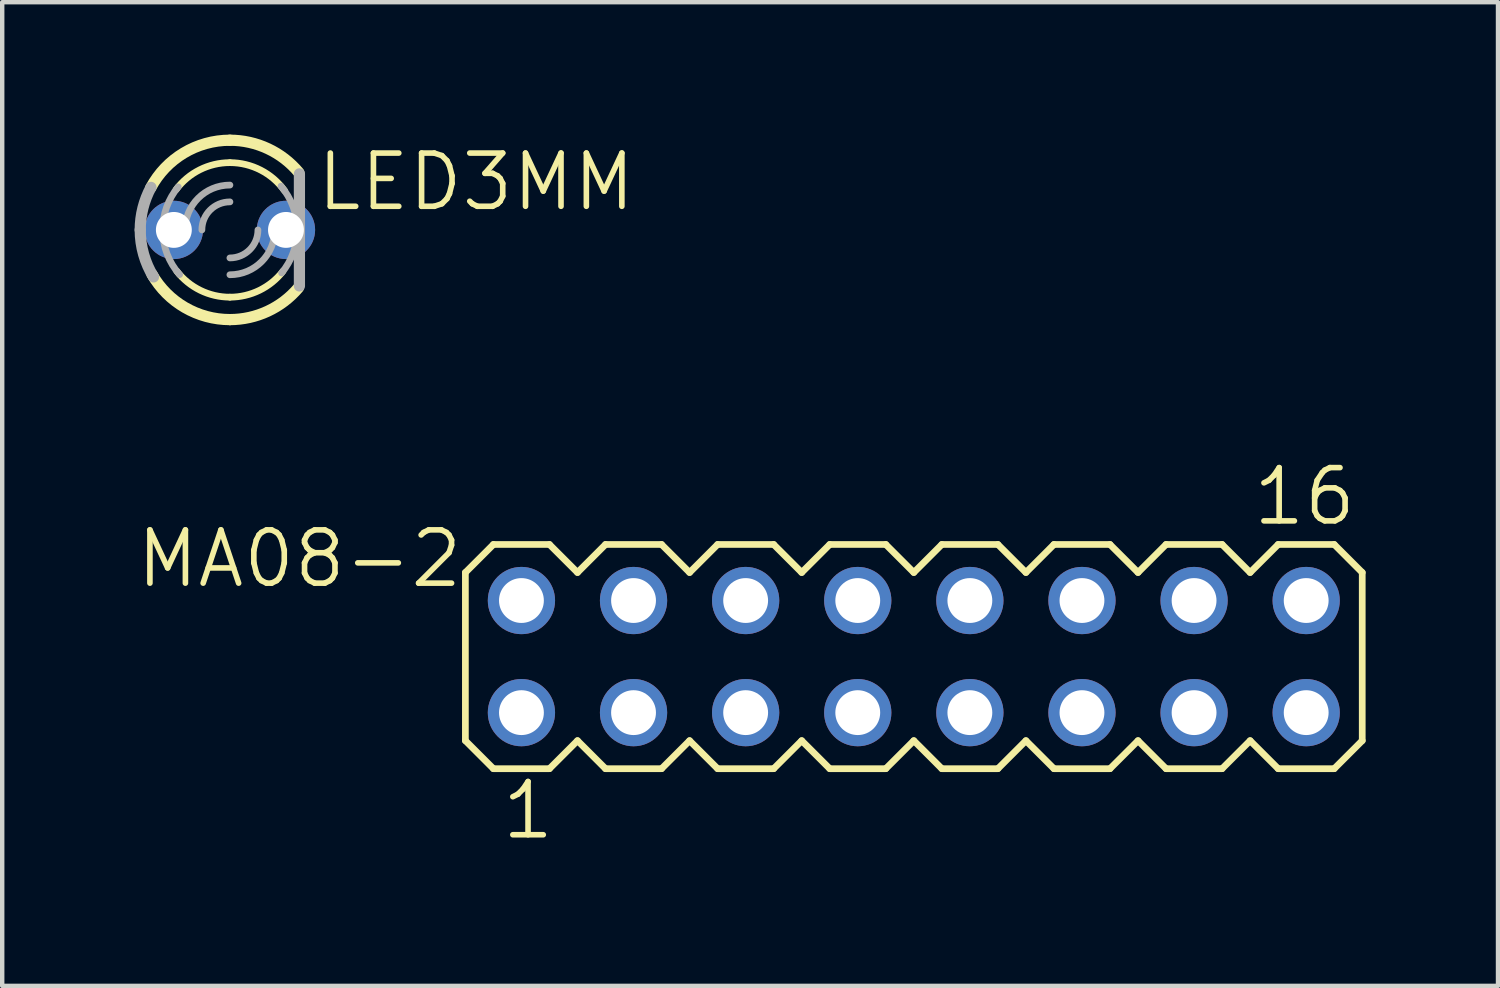
<source format=kicad_pcb>
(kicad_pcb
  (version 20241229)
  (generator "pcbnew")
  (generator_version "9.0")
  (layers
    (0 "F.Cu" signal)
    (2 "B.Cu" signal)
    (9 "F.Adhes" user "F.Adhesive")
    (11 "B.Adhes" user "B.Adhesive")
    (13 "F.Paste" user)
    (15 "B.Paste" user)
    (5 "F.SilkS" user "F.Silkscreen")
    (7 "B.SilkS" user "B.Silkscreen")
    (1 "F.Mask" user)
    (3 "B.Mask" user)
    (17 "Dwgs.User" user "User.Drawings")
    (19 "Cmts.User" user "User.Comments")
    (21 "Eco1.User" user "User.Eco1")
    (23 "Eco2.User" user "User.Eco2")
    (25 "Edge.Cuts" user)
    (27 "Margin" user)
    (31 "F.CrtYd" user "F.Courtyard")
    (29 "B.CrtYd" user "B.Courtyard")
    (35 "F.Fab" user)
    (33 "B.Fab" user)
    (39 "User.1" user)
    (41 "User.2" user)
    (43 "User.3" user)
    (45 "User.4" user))
  (footprint "LED3MM"
    (layer "F.Cu")
    (at 2.159 2.159)
    (property "Reference" "LED3MM" (at 1.905 -0.381 0) (layer "F.SilkS") (effects (font (size 1.206 1.206) (thickness 0.127)) (justify left bottom)))
    (attr through_hole)
    (fp_arc (start -1.7929 -0.9562) (mid -1.045438 -1.7424) (end 0 -2.032) (stroke (width 0.254) (type solid)) (layer "F.SilkS"))
    (fp_arc (start -1.2192 -0.9144) (mid -0.681554 -1.363107) (end 0 -1.524) (stroke (width 0.1524) (type solid)) (layer "F.SilkS"))
    (fp_arc (start 0 -2.032) (mid 0.861864 -1.840173) (end 1.561 -1.3009) (stroke (width 0.254) (type solid)) (layer "F.SilkS"))
    (fp_arc (start 0 -1.524) (mid 0.697339 -1.355082) (end 1.2401 -0.885801) (stroke (width 0.1524) (type solid)) (layer "F.SilkS"))
    (fp_arc (start 0 1.524) (mid -0.669593 1.369018) (end -1.203 0.9356) (stroke (width 0.1524) (type solid)) (layer "F.SilkS"))
    (fp_arc (start 0 2.032) (mid -1.019924 1.757525) (end -1.7643 1.0082) (stroke (width 0.254) (type solid)) (layer "F.SilkS"))
    (fp_arc (start 1.203 0.9356) (mid 0.669593 1.369018) (end 0 1.524) (stroke (width 0.1524) (type solid)) (layer "F.SilkS"))
    (fp_arc (start 1.5512 1.3126) (mid 0.854953 1.843405) (end 0 2.032) (stroke (width 0.254) (type solid)) (layer "F.SilkS"))
    (fp_line (start 1.575 1.27) (end 1.575 -1.27) (stroke (width 0.254) (type solid)) (layer "F.Fab"))
    (fp_arc (start -2.032 0) (mid -1.970339 -0.496775) (end -1.7891 -0.9634) (stroke (width 0.254) (type solid)) (layer "F.Fab"))
    (fp_arc (start -1.7306 1.065) (mid -1.95521 0.553417) (end -2.032 0) (stroke (width 0.254) (type solid)) (layer "F.Fab"))
    (fp_arc (start -1.524 0) (mid -1.432981 -0.518783) (end -1.1708 -0.9756) (stroke (width 0.1524) (type solid)) (layer "F.Fab"))
    (fp_arc (start -1.1391 1.0125) (mid -1.42454 0.5416) (end -1.524 0) (stroke (width 0.1524) (type solid)) (layer "F.Fab"))
    (fp_arc (start -1.016 0) (mid -0.71842 -0.71842) (end 0 -1.016) (stroke (width 0.1524) (type solid)) (layer "F.Fab"))
    (fp_arc (start -0.635 0) (mid -0.449013 -0.449013) (end 0 -0.635) (stroke (width 0.1524) (type solid)) (layer "F.Fab"))
    (fp_arc (start 0.635 0) (mid 0.449013 0.449013) (end 0 0.635) (stroke (width 0.1524) (type solid)) (layer "F.Fab"))
    (fp_arc (start 1.016 0) (mid 0.71842 0.71842) (end 0 1.016) (stroke (width 0.1524) (type solid)) (layer "F.Fab"))
    (fp_arc (start 1.1571 -0.9918) (mid 1.429332 -0.528744) (end 1.524 0) (stroke (width 0.1524) (type solid)) (layer "F.Fab"))
    (fp_arc (start 1.524 0) (mid 1.432981 0.518783) (end 1.1708 0.9756) (stroke (width 0.1524) (type solid)) (layer "F.Fab"))
    (pad "A" thru_hole circle (at -1.27 0) (size 1.321 1.321) (drill 0.813) (layers "*.Cu" "*.Mask"))
    (pad "K" thru_hole circle (at 1.27 0) (size 1.321 1.321) (drill 0.813) (layers "*.Cu" "*.Mask")))
  (footprint "MA08-2"
    (layer "F.Cu")
    (at 17.654 11.826)
    (property "Reference" "MA08-2" (at -10.16 -2.921 0) (layer "F.SilkS") (effects (font (size 1.206 1.206) (thickness 0.127)) (justify right top)))
    (attr through_hole)
    (fp_line (start -10.16 -1.905) (end -10.16 1.905) (stroke (width 0.152) (type solid)) (layer "F.SilkS"))
    (fp_line (start -10.16 1.905) (end -9.525 2.54) (stroke (width 0.152) (type solid)) (layer "F.SilkS"))
    (fp_line (start -9.525 -2.54) (end -10.16 -1.905) (stroke (width 0.152) (type solid)) (layer "F.SilkS"))
    (fp_line (start -9.525 -2.54) (end -8.255 -2.54) (stroke (width 0.152) (type solid)) (layer "F.SilkS"))
    (fp_line (start -8.255 -2.54) (end -7.62 -1.905) (stroke (width 0.152) (type solid)) (layer "F.SilkS"))
    (fp_line (start -8.255 2.54) (end -9.525 2.54) (stroke (width 0.152) (type solid)) (layer "F.SilkS"))
    (fp_line (start -7.62 -1.905) (end -6.985 -2.54) (stroke (width 0.152) (type solid)) (layer "F.SilkS"))
    (fp_line (start -7.62 1.905) (end -8.255 2.54) (stroke (width 0.152) (type solid)) (layer "F.SilkS"))
    (fp_line (start -6.985 -2.54) (end -5.715 -2.54) (stroke (width 0.152) (type solid)) (layer "F.SilkS"))
    (fp_line (start -6.985 2.54) (end -7.62 1.905) (stroke (width 0.152) (type solid)) (layer "F.SilkS"))
    (fp_line (start -5.715 -2.54) (end -5.08 -1.905) (stroke (width 0.152) (type solid)) (layer "F.SilkS"))
    (fp_line (start -5.715 2.54) (end -6.985 2.54) (stroke (width 0.152) (type solid)) (layer "F.SilkS"))
    (fp_line (start -5.08 -1.905) (end -4.445 -2.54) (stroke (width 0.152) (type solid)) (layer "F.SilkS"))
    (fp_line (start -5.08 1.905) (end -5.715 2.54) (stroke (width 0.152) (type solid)) (layer "F.SilkS"))
    (fp_line (start -4.445 -2.54) (end -3.175 -2.54) (stroke (width 0.152) (type solid)) (layer "F.SilkS"))
    (fp_line (start -4.445 2.54) (end -5.08 1.905) (stroke (width 0.152) (type solid)) (layer "F.SilkS"))
    (fp_line (start -3.175 -2.54) (end -2.54 -1.905) (stroke (width 0.152) (type solid)) (layer "F.SilkS"))
    (fp_line (start -3.175 2.54) (end -4.445 2.54) (stroke (width 0.152) (type solid)) (layer "F.SilkS"))
    (fp_line (start -2.54 1.905) (end -3.175 2.54) (stroke (width 0.152) (type solid)) (layer "F.SilkS"))
    (fp_line (start -2.54 1.905) (end -1.905 2.54) (stroke (width 0.152) (type solid)) (layer "F.SilkS"))
    (fp_line (start -1.905 -2.54) (end -2.54 -1.905) (stroke (width 0.152) (type solid)) (layer "F.SilkS"))
    (fp_line (start -1.905 -2.54) (end -0.635 -2.54) (stroke (width 0.152) (type solid)) (layer "F.SilkS"))
    (fp_line (start -0.635 -2.54) (end 0 -1.905) (stroke (width 0.152) (type solid)) (layer "F.SilkS"))
    (fp_line (start -0.635 2.54) (end -1.905 2.54) (stroke (width 0.152) (type solid)) (layer "F.SilkS"))
    (fp_line (start 0 -1.905) (end 0.635 -2.54) (stroke (width 0.152) (type solid)) (layer "F.SilkS"))
    (fp_line (start 0 1.905) (end -0.635 2.54) (stroke (width 0.152) (type solid)) (layer "F.SilkS"))
    (fp_line (start 0.635 -2.54) (end 1.905 -2.54) (stroke (width 0.152) (type solid)) (layer "F.SilkS"))
    (fp_line (start 0.635 2.54) (end 0 1.905) (stroke (width 0.152) (type solid)) (layer "F.SilkS"))
    (fp_line (start 1.905 -2.54) (end 2.54 -1.905) (stroke (width 0.152) (type solid)) (layer "F.SilkS"))
    (fp_line (start 1.905 2.54) (end 0.635 2.54) (stroke (width 0.152) (type solid)) (layer "F.SilkS"))
    (fp_line (start 2.54 -1.905) (end 3.175 -2.54) (stroke (width 0.152) (type solid)) (layer "F.SilkS"))
    (fp_line (start 2.54 1.905) (end 1.905 2.54) (stroke (width 0.152) (type solid)) (layer "F.SilkS"))
    (fp_line (start 3.175 -2.54) (end 4.445 -2.54) (stroke (width 0.152) (type solid)) (layer "F.SilkS"))
    (fp_line (start 3.175 2.54) (end 2.54 1.905) (stroke (width 0.152) (type solid)) (layer "F.SilkS"))
    (fp_line (start 4.445 -2.54) (end 5.08 -1.905) (stroke (width 0.152) (type solid)) (layer "F.SilkS"))
    (fp_line (start 4.445 2.54) (end 3.175 2.54) (stroke (width 0.152) (type solid)) (layer "F.SilkS"))
    (fp_line (start 5.08 1.905) (end 4.445 2.54) (stroke (width 0.152) (type solid)) (layer "F.SilkS"))
    (fp_line (start 5.08 1.905) (end 5.715 2.54) (stroke (width 0.152) (type solid)) (layer "F.SilkS"))
    (fp_line (start 5.715 -2.54) (end 5.08 -1.905) (stroke (width 0.152) (type solid)) (layer "F.SilkS"))
    (fp_line (start 5.715 -2.54) (end 6.985 -2.54) (stroke (width 0.152) (type solid)) (layer "F.SilkS"))
    (fp_line (start 6.985 -2.54) (end 7.62 -1.905) (stroke (width 0.152) (type solid)) (layer "F.SilkS"))
    (fp_line (start 6.985 2.54) (end 5.715 2.54) (stroke (width 0.152) (type solid)) (layer "F.SilkS"))
    (fp_line (start 7.62 -1.905) (end 8.255 -2.54) (stroke (width 0.152) (type solid)) (layer "F.SilkS"))
    (fp_line (start 7.62 1.905) (end 6.985 2.54) (stroke (width 0.152) (type solid)) (layer "F.SilkS"))
    (fp_line (start 8.255 -2.54) (end 9.525 -2.54) (stroke (width 0.152) (type solid)) (layer "F.SilkS"))
    (fp_line (start 8.255 2.54) (end 7.62 1.905) (stroke (width 0.152) (type solid)) (layer "F.SilkS"))
    (fp_line (start 9.525 -2.54) (end 10.16 -1.905) (stroke (width 0.152) (type solid)) (layer "F.SilkS"))
    (fp_line (start 9.525 2.54) (end 8.255 2.54) (stroke (width 0.152) (type solid)) (layer "F.SilkS"))
    (fp_line (start 10.16 -1.905) (end 10.16 1.905) (stroke (width 0.152) (type solid)) (layer "F.SilkS"))
    (fp_line (start 10.16 1.905) (end 9.525 2.54) (stroke (width 0.152) (type solid)) (layer "F.SilkS"))
    (fp_poly (pts (xy -9.144 -1.016) (xy -8.636 -1.016) (xy -8.636 -1.524) (xy -9.144 -1.524)) (stroke (width 0.1) (type solid)) (fill no) (layer "F.Fab"))
    (fp_poly (pts (xy -9.144 1.524) (xy -8.636 1.524) (xy -8.636 1.016) (xy -9.144 1.016)) (stroke (width 0.1) (type solid)) (fill no) (layer "F.Fab"))
    (fp_poly (pts (xy -6.604 -1.016) (xy -6.096 -1.016) (xy -6.096 -1.524) (xy -6.604 -1.524)) (stroke (width 0.1) (type solid)) (fill no) (layer "F.Fab"))
    (fp_poly (pts (xy -6.604 1.524) (xy -6.096 1.524) (xy -6.096 1.016) (xy -6.604 1.016)) (stroke (width 0.1) (type solid)) (fill no) (layer "F.Fab"))
    (fp_poly (pts (xy -4.064 -1.016) (xy -3.556 -1.016) (xy -3.556 -1.524) (xy -4.064 -1.524)) (stroke (width 0.1) (type solid)) (fill no) (layer "F.Fab"))
    (fp_poly (pts (xy -4.064 1.524) (xy -3.556 1.524) (xy -3.556 1.016) (xy -4.064 1.016)) (stroke (width 0.1) (type solid)) (fill no) (layer "F.Fab"))
    (fp_poly (pts (xy -1.524 -1.016) (xy -1.016 -1.016) (xy -1.016 -1.524) (xy -1.524 -1.524)) (stroke (width 0.1) (type solid)) (fill no) (layer "F.Fab"))
    (fp_poly (pts (xy -1.524 1.524) (xy -1.016 1.524) (xy -1.016 1.016) (xy -1.524 1.016)) (stroke (width 0.1) (type solid)) (fill no) (layer "F.Fab"))
    (fp_poly (pts (xy 1.016 -1.016) (xy 1.524 -1.016) (xy 1.524 -1.524) (xy 1.016 -1.524)) (stroke (width 0.1) (type solid)) (fill no) (layer "F.Fab"))
    (fp_poly (pts (xy 1.016 1.524) (xy 1.524 1.524) (xy 1.524 1.016) (xy 1.016 1.016)) (stroke (width 0.1) (type solid)) (fill no) (layer "F.Fab"))
    (fp_poly (pts (xy 3.556 -1.016) (xy 4.064 -1.016) (xy 4.064 -1.524) (xy 3.556 -1.524)) (stroke (width 0.1) (type solid)) (fill no) (layer "F.Fab"))
    (fp_poly (pts (xy 3.556 1.524) (xy 4.064 1.524) (xy 4.064 1.016) (xy 3.556 1.016)) (stroke (width 0.1) (type solid)) (fill no) (layer "F.Fab"))
    (fp_poly (pts (xy 6.096 -1.016) (xy 6.604 -1.016) (xy 6.604 -1.524) (xy 6.096 -1.524)) (stroke (width 0.1) (type solid)) (fill no) (layer "F.Fab"))
    (fp_poly (pts (xy 6.096 1.524) (xy 6.604 1.524) (xy 6.604 1.016) (xy 6.096 1.016)) (stroke (width 0.1) (type solid)) (fill no) (layer "F.Fab"))
    (fp_poly (pts (xy 8.636 -1.016) (xy 9.144 -1.016) (xy 9.144 -1.524) (xy 8.636 -1.524)) (stroke (width 0.1) (type solid)) (fill no) (layer "F.Fab"))
    (fp_poly (pts (xy 8.636 1.524) (xy 9.144 1.524) (xy 9.144 1.016) (xy 8.636 1.016)) (stroke (width 0.1) (type solid)) (fill no) (layer "F.Fab"))
    (fp_text user "16" (at 7.62 -2.921 0) (layer "F.SilkS") (effects (font (size 1.206 1.206) (thickness 0.127)) (justify left bottom)))
    (fp_text user "1" (at -9.398 4.191 0) (layer "F.SilkS") (effects (font (size 1.206 1.206) (thickness 0.127)) (justify left bottom)))
    (pad "1" thru_hole circle (at -8.89 1.27) (size 1.524 1.524) (drill 1.016) (layers "*.Cu" "*.Mask"))
    (pad "2" thru_hole circle (at -8.89 -1.27) (size 1.524 1.524) (drill 1.016) (layers "*.Cu" "*.Mask"))
    (pad "3" thru_hole circle (at -6.35 1.27) (size 1.524 1.524) (drill 1.016) (layers "*.Cu" "*.Mask"))
    (pad "4" thru_hole circle (at -6.35 -1.27) (size 1.524 1.524) (drill 1.016) (layers "*.Cu" "*.Mask"))
    (pad "5" thru_hole circle (at -3.81 1.27) (size 1.524 1.524) (drill 1.016) (layers "*.Cu" "*.Mask"))
    (pad "6" thru_hole circle (at -3.81 -1.27) (size 1.524 1.524) (drill 1.016) (layers "*.Cu" "*.Mask"))
    (pad "7" thru_hole circle (at -1.27 1.27) (size 1.524 1.524) (drill 1.016) (layers "*.Cu" "*.Mask"))
    (pad "8" thru_hole circle (at -1.27 -1.27) (size 1.524 1.524) (drill 1.016) (layers "*.Cu" "*.Mask"))
    (pad "9" thru_hole circle (at 1.27 1.27) (size 1.524 1.524) (drill 1.016) (layers "*.Cu" "*.Mask"))
    (pad "10" thru_hole circle (at 1.27 -1.27) (size 1.524 1.524) (drill 1.016) (layers "*.Cu" "*.Mask"))
    (pad "11" thru_hole circle (at 3.81 1.27) (size 1.524 1.524) (drill 1.016) (layers "*.Cu" "*.Mask"))
    (pad "12" thru_hole circle (at 3.81 -1.27) (size 1.524 1.524) (drill 1.016) (layers "*.Cu" "*.Mask"))
    (pad "13" thru_hole circle (at 6.35 1.27) (size 1.524 1.524) (drill 1.016) (layers "*.Cu" "*.Mask"))
    (pad "14" thru_hole circle (at 6.35 -1.27) (size 1.524 1.524) (drill 1.016) (layers "*.Cu" "*.Mask"))
    (pad "15" thru_hole circle (at 8.89 1.27) (size 1.524 1.524) (drill 1.016) (layers "*.Cu" "*.Mask"))
    (pad "16" thru_hole circle (at 8.89 -1.27) (size 1.524 1.524) (drill 1.016) (layers "*.Cu" "*.Mask")))
  (gr_rect
    (start -3 -3)
    (end 30.89 19.287)
    (stroke (width 0.1) (type default))
    (fill no)
    (layer "Edge.Cuts")))
</source>
